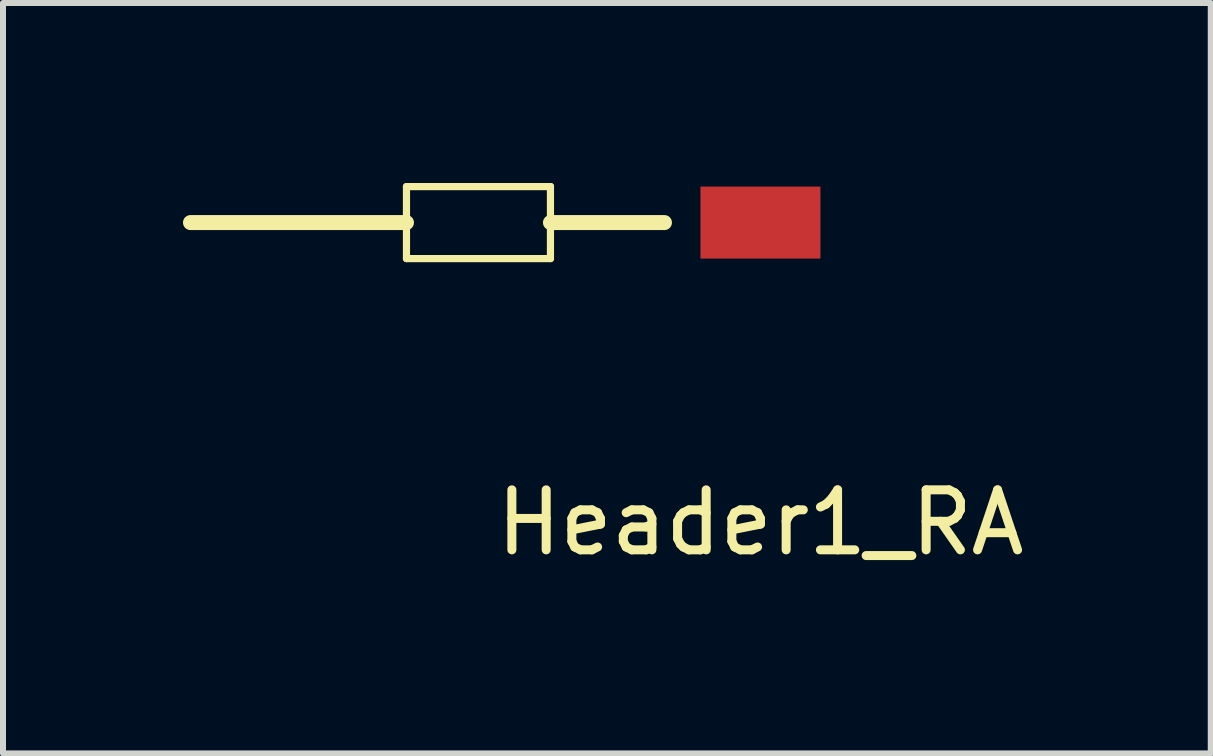
<source format=kicad_pcb>
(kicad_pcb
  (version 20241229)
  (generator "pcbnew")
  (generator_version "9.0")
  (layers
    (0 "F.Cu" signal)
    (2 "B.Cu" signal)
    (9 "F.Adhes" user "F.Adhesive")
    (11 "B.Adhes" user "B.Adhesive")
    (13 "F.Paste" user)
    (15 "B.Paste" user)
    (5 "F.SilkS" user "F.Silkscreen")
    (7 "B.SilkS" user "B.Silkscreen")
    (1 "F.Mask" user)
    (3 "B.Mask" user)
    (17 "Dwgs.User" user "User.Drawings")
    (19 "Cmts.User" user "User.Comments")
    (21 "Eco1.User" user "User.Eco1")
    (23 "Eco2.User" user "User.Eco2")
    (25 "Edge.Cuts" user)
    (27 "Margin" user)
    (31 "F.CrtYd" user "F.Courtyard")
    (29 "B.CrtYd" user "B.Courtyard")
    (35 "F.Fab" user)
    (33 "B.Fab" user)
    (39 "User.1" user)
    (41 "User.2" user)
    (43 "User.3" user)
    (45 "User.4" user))
  (footprint "Header1_RA"
    (layer "F.Cu")
    (at 9.625 0.66)
    (property "Reference" "Header1_RA" (at 0 5 0) (layer "F.SilkS") (effects (font (size 1 1) (thickness 0.15))))
    (attr through_hole)
    (fp_line (start -5.9 -0.6) (end -3.5 -0.6) (stroke (width 0.12) (type solid)) (layer "F.SilkS"))
    (fp_line (start -5.9 0) (end -9.5 0) (stroke (width 0.25) (type solid)) (layer "F.SilkS"))
    (fp_line (start -5.9 0.6) (end -5.9 -0.6) (stroke (width 0.12) (type solid)) (layer "F.SilkS"))
    (fp_line (start -3.5 -0.6) (end -3.5 -0.6) (stroke (width 0.12) (type solid)) (layer "F.SilkS"))
    (fp_line (start -3.5 -0.6) (end -3.5 0.6) (stroke (width 0.12) (type solid)) (layer "F.SilkS"))
    (fp_line (start -3.5 0) (end -1.6 0) (stroke (width 0.25) (type solid)) (layer "F.SilkS"))
    (fp_line (start -3.5 0.6) (end -5.9 0.6) (stroke (width 0.12) (type solid)) (layer "F.SilkS"))
    (pad "1" smd rect (at 0 0) (size 2 1.2) (layers "F.Cu" "F.Mask" "F.Paste")))
  (gr_rect
    (start -3 -3)
    (end 17.131 9.508)
    (stroke (width 0.1) (type default))
    (fill no)
    (layer "Edge.Cuts")))
</source>
